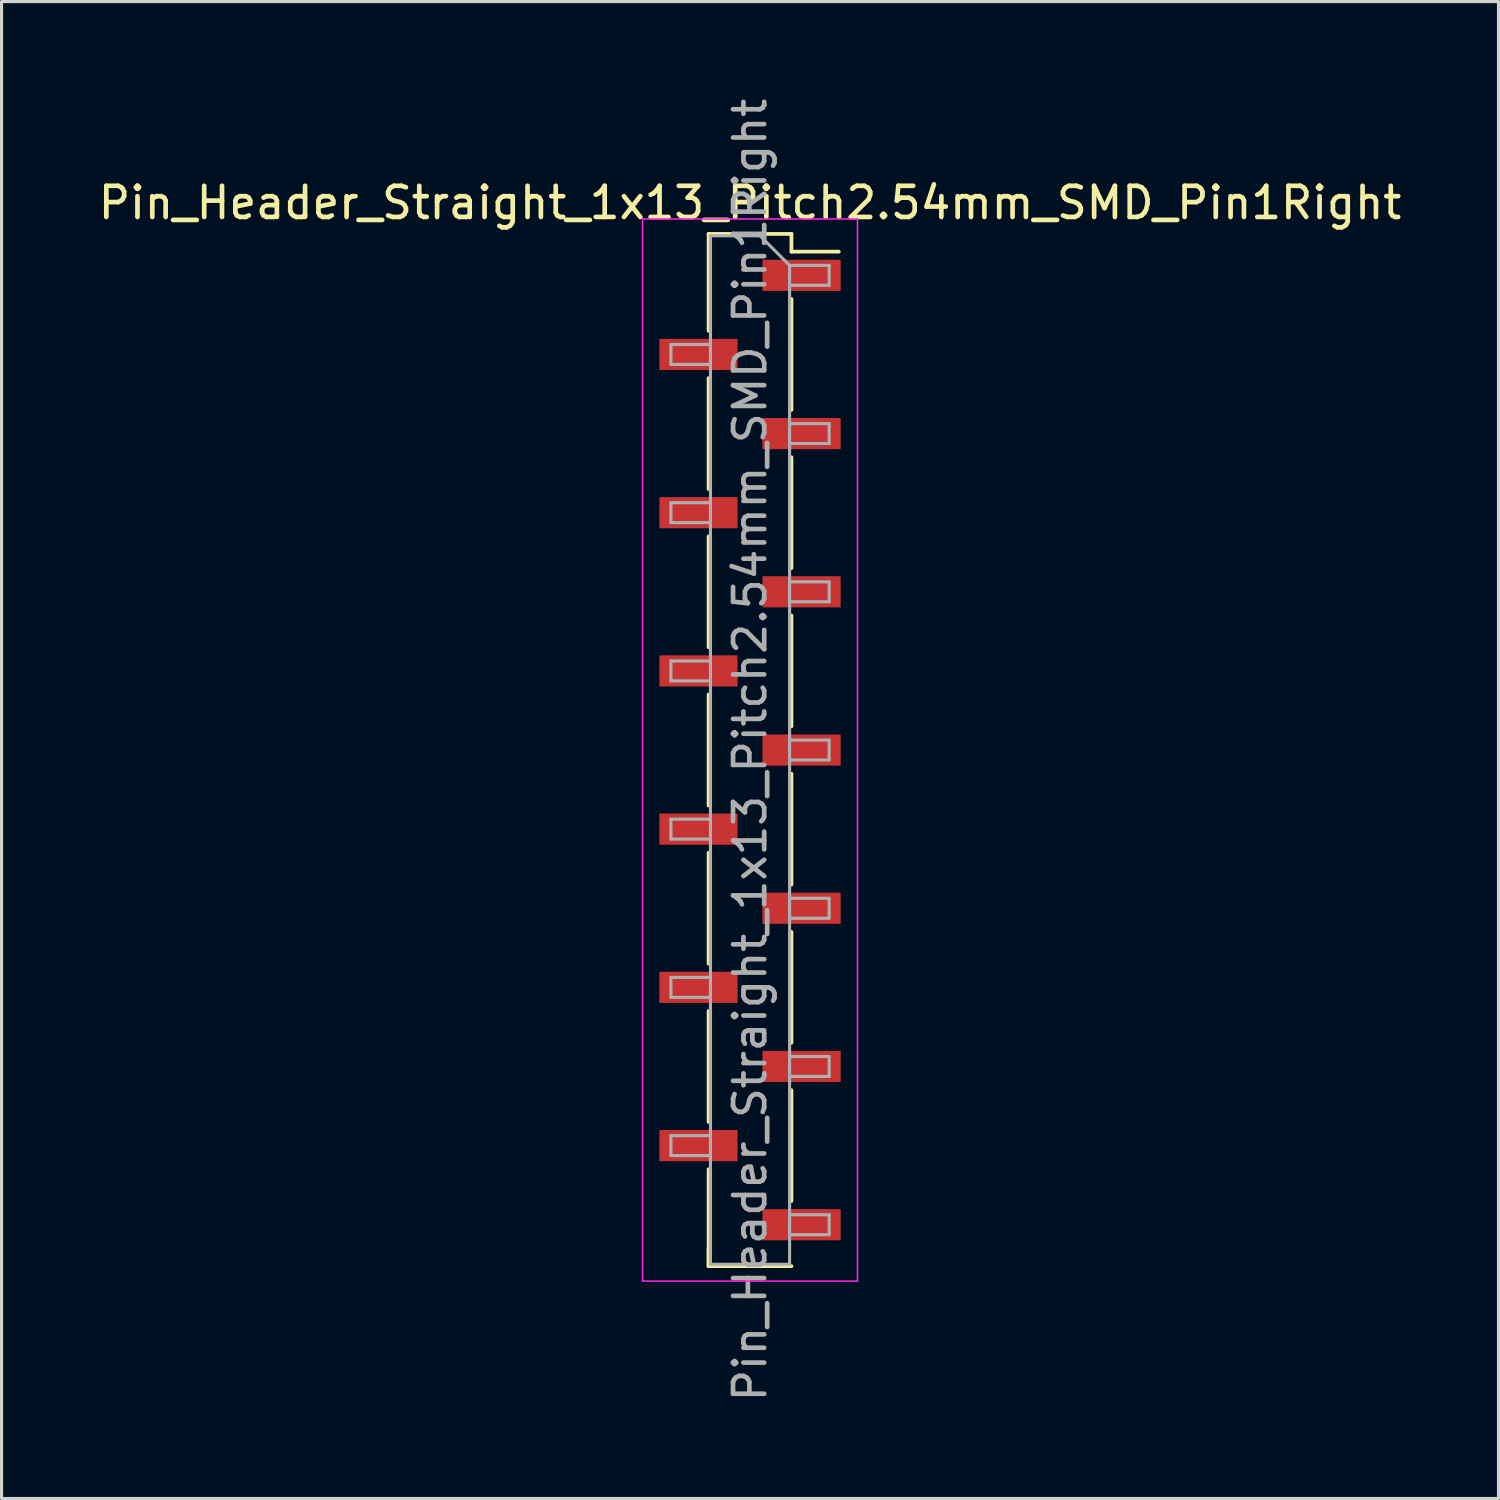
<source format=kicad_pcb>
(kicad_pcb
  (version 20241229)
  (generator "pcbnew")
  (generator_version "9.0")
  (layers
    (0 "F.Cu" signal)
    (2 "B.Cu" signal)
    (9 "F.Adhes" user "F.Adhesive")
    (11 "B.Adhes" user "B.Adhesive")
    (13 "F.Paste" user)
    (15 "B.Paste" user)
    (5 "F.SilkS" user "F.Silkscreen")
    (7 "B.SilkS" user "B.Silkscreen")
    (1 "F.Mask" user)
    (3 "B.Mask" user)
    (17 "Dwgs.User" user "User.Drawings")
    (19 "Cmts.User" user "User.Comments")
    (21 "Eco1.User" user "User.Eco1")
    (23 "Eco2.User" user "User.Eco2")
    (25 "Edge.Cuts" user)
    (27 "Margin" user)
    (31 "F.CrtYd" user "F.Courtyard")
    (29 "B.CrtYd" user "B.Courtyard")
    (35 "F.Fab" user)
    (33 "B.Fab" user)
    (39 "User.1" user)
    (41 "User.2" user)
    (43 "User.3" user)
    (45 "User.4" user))
  (footprint "Pin_Header_Straight_1x13_Pitch2.54mm_SMD_Pin1Right"
    (layer "F.Cu")
    (at 21.03 21.03)
    (property "Reference" "Pin_Header_Straight_1x13_Pitch2.54mm_SMD_Pin1Right" (at 0 -17.57 0) (layer "F.SilkS") (effects (font (size 1 1) (thickness 0.15))))
    (attr smd)
    (fp_line (start -1.33 -16.57) (end -1.33 -13.46) (stroke (width 0.12) (type solid)) (layer "F.SilkS"))
    (fp_line (start -1.33 -16.57) (end 1.33 -16.57) (stroke (width 0.12) (type solid)) (layer "F.SilkS"))
    (fp_line (start -1.33 -11.94) (end -1.33 -8.38) (stroke (width 0.12) (type solid)) (layer "F.SilkS"))
    (fp_line (start -1.33 -6.86) (end -1.33 -3.3) (stroke (width 0.12) (type solid)) (layer "F.SilkS"))
    (fp_line (start -1.33 -1.78) (end -1.33 1.78) (stroke (width 0.12) (type solid)) (layer "F.SilkS"))
    (fp_line (start -1.33 3.3) (end -1.33 6.86) (stroke (width 0.12) (type solid)) (layer "F.SilkS"))
    (fp_line (start -1.33 8.38) (end -1.33 11.94) (stroke (width 0.12) (type solid)) (layer "F.SilkS"))
    (fp_line (start -1.33 13.46) (end -1.33 16.57) (stroke (width 0.12) (type solid)) (layer "F.SilkS"))
    (fp_line (start -1.33 16) (end -1.33 16.57) (stroke (width 0.12) (type solid)) (layer "F.SilkS"))
    (fp_line (start -1.33 16.57) (end 1.33 16.57) (stroke (width 0.12) (type solid)) (layer "F.SilkS"))
    (fp_line (start 1.33 -16.57) (end 1.33 -16) (stroke (width 0.12) (type solid)) (layer "F.SilkS"))
    (fp_line (start 1.33 -16) (end 2.85 -16) (stroke (width 0.12) (type solid)) (layer "F.SilkS"))
    (fp_line (start 1.33 -14.48) (end 1.33 -10.92) (stroke (width 0.12) (type solid)) (layer "F.SilkS"))
    (fp_line (start 1.33 -9.4) (end 1.33 -5.84) (stroke (width 0.12) (type solid)) (layer "F.SilkS"))
    (fp_line (start 1.33 -4.32) (end 1.33 -0.76) (stroke (width 0.12) (type solid)) (layer "F.SilkS"))
    (fp_line (start 1.33 0.76) (end 1.33 4.32) (stroke (width 0.12) (type solid)) (layer "F.SilkS"))
    (fp_line (start 1.33 5.84) (end 1.33 9.4) (stroke (width 0.12) (type solid)) (layer "F.SilkS"))
    (fp_line (start 1.33 10.92) (end 1.33 14.48) (stroke (width 0.12) (type solid)) (layer "F.SilkS"))
    (fp_line (start -3.45 -17.05) (end -3.45 17.05) (stroke (width 0.05) (type solid)) (layer "F.CrtYd"))
    (fp_line (start -3.45 17.05) (end 3.45 17.05) (stroke (width 0.05) (type solid)) (layer "F.CrtYd"))
    (fp_line (start 3.45 -17.05) (end -3.45 -17.05) (stroke (width 0.05) (type solid)) (layer "F.CrtYd"))
    (fp_line (start 3.45 17.05) (end 3.45 -17.05) (stroke (width 0.05) (type solid)) (layer "F.CrtYd"))
    (fp_line (start -2.54 -13.02) (end -2.54 -12.38) (stroke (width 0.1) (type solid)) (layer "F.Fab"))
    (fp_line (start -2.54 -12.38) (end -1.27 -12.38) (stroke (width 0.1) (type solid)) (layer "F.Fab"))
    (fp_line (start -2.54 -7.94) (end -2.54 -7.3) (stroke (width 0.1) (type solid)) (layer "F.Fab"))
    (fp_line (start -2.54 -7.3) (end -1.27 -7.3) (stroke (width 0.1) (type solid)) (layer "F.Fab"))
    (fp_line (start -2.54 -2.86) (end -2.54 -2.22) (stroke (width 0.1) (type solid)) (layer "F.Fab"))
    (fp_line (start -2.54 -2.22) (end -1.27 -2.22) (stroke (width 0.1) (type solid)) (layer "F.Fab"))
    (fp_line (start -2.54 2.22) (end -2.54 2.86) (stroke (width 0.1) (type solid)) (layer "F.Fab"))
    (fp_line (start -2.54 2.86) (end -1.27 2.86) (stroke (width 0.1) (type solid)) (layer "F.Fab"))
    (fp_line (start -2.54 7.3) (end -2.54 7.94) (stroke (width 0.1) (type solid)) (layer "F.Fab"))
    (fp_line (start -2.54 7.94) (end -1.27 7.94) (stroke (width 0.1) (type solid)) (layer "F.Fab"))
    (fp_line (start -2.54 12.38) (end -2.54 13.02) (stroke (width 0.1) (type solid)) (layer "F.Fab"))
    (fp_line (start -2.54 13.02) (end -1.27 13.02) (stroke (width 0.1) (type solid)) (layer "F.Fab"))
    (fp_line (start -1.27 -16.51) (end -1.27 16.51) (stroke (width 0.1) (type solid)) (layer "F.Fab"))
    (fp_line (start -1.27 -16.51) (end 0.32 -16.51) (stroke (width 0.1) (type solid)) (layer "F.Fab"))
    (fp_line (start -1.27 -13.02) (end -2.54 -13.02) (stroke (width 0.1) (type solid)) (layer "F.Fab"))
    (fp_line (start -1.27 -7.94) (end -2.54 -7.94) (stroke (width 0.1) (type solid)) (layer "F.Fab"))
    (fp_line (start -1.27 -2.86) (end -2.54 -2.86) (stroke (width 0.1) (type solid)) (layer "F.Fab"))
    (fp_line (start -1.27 2.22) (end -2.54 2.22) (stroke (width 0.1) (type solid)) (layer "F.Fab"))
    (fp_line (start -1.27 7.3) (end -2.54 7.3) (stroke (width 0.1) (type solid)) (layer "F.Fab"))
    (fp_line (start -1.27 12.38) (end -2.54 12.38) (stroke (width 0.1) (type solid)) (layer "F.Fab"))
    (fp_line (start 1.27 -15.56) (end 0.32 -16.51) (stroke (width 0.1) (type solid)) (layer "F.Fab"))
    (fp_line (start 1.27 -15.56) (end 2.54 -15.56) (stroke (width 0.1) (type solid)) (layer "F.Fab"))
    (fp_line (start 1.27 -10.48) (end 2.54 -10.48) (stroke (width 0.1) (type solid)) (layer "F.Fab"))
    (fp_line (start 1.27 -5.4) (end 2.54 -5.4) (stroke (width 0.1) (type solid)) (layer "F.Fab"))
    (fp_line (start 1.27 -0.32) (end 2.54 -0.32) (stroke (width 0.1) (type solid)) (layer "F.Fab"))
    (fp_line (start 1.27 4.76) (end 2.54 4.76) (stroke (width 0.1) (type solid)) (layer "F.Fab"))
    (fp_line (start 1.27 9.84) (end 2.54 9.84) (stroke (width 0.1) (type solid)) (layer "F.Fab"))
    (fp_line (start 1.27 14.92) (end 2.54 14.92) (stroke (width 0.1) (type solid)) (layer "F.Fab"))
    (fp_line (start 1.27 16.51) (end -1.27 16.51) (stroke (width 0.1) (type solid)) (layer "F.Fab"))
    (fp_line (start 1.27 16.51) (end 1.27 -15.56) (stroke (width 0.1) (type solid)) (layer "F.Fab"))
    (fp_line (start 2.54 -15.56) (end 2.54 -14.92) (stroke (width 0.1) (type solid)) (layer "F.Fab"))
    (fp_line (start 2.54 -14.92) (end 1.27 -14.92) (stroke (width 0.1) (type solid)) (layer "F.Fab"))
    (fp_line (start 2.54 -10.48) (end 2.54 -9.84) (stroke (width 0.1) (type solid)) (layer "F.Fab"))
    (fp_line (start 2.54 -9.84) (end 1.27 -9.84) (stroke (width 0.1) (type solid)) (layer "F.Fab"))
    (fp_line (start 2.54 -5.4) (end 2.54 -4.76) (stroke (width 0.1) (type solid)) (layer "F.Fab"))
    (fp_line (start 2.54 -4.76) (end 1.27 -4.76) (stroke (width 0.1) (type solid)) (layer "F.Fab"))
    (fp_line (start 2.54 -0.32) (end 2.54 0.32) (stroke (width 0.1) (type solid)) (layer "F.Fab"))
    (fp_line (start 2.54 0.32) (end 1.27 0.32) (stroke (width 0.1) (type solid)) (layer "F.Fab"))
    (fp_line (start 2.54 4.76) (end 2.54 5.4) (stroke (width 0.1) (type solid)) (layer "F.Fab"))
    (fp_line (start 2.54 5.4) (end 1.27 5.4) (stroke (width 0.1) (type solid)) (layer "F.Fab"))
    (fp_line (start 2.54 9.84) (end 2.54 10.48) (stroke (width 0.1) (type solid)) (layer "F.Fab"))
    (fp_line (start 2.54 10.48) (end 1.27 10.48) (stroke (width 0.1) (type solid)) (layer "F.Fab"))
    (fp_line (start 2.54 14.92) (end 2.54 15.56) (stroke (width 0.1) (type solid)) (layer "F.Fab"))
    (fp_line (start 2.54 15.56) (end 1.27 15.56) (stroke (width 0.1) (type solid)) (layer "F.Fab"))
    (fp_text user "${REFERENCE}" (at 0 0 90) (layer "F.Fab") (effects (font (size 1 1) (thickness 0.15))))
    (pad "1" smd rect (at 1.655 -15.24) (size 2.51 1) (layers "F.Cu" "F.Mask" "F.Paste"))
    (pad "2" smd rect (at -1.655 -12.7) (size 2.51 1) (layers "F.Cu" "F.Mask" "F.Paste"))
    (pad "3" smd rect (at 1.655 -10.16) (size 2.51 1) (layers "F.Cu" "F.Mask" "F.Paste"))
    (pad "4" smd rect (at -1.655 -7.62) (size 2.51 1) (layers "F.Cu" "F.Mask" "F.Paste"))
    (pad "5" smd rect (at 1.655 -5.08) (size 2.51 1) (layers "F.Cu" "F.Mask" "F.Paste"))
    (pad "6" smd rect (at -1.655 -2.54) (size 2.51 1) (layers "F.Cu" "F.Mask" "F.Paste"))
    (pad "7" smd rect (at 1.655 0) (size 2.51 1) (layers "F.Cu" "F.Mask" "F.Paste"))
    (pad "8" smd rect (at -1.655 2.54) (size 2.51 1) (layers "F.Cu" "F.Mask" "F.Paste"))
    (pad "9" smd rect (at 1.655 5.08) (size 2.51 1) (layers "F.Cu" "F.Mask" "F.Paste"))
    (pad "10" smd rect (at -1.655 7.62) (size 2.51 1) (layers "F.Cu" "F.Mask" "F.Paste"))
    (pad "11" smd rect (at 1.655 10.16) (size 2.51 1) (layers "F.Cu" "F.Mask" "F.Paste"))
    (pad "12" smd rect (at -1.655 12.7) (size 2.51 1) (layers "F.Cu" "F.Mask" "F.Paste"))
    (pad "13" smd rect (at 1.655 15.24) (size 2.51 1) (layers "F.Cu" "F.Mask" "F.Paste")))
  (gr_rect
    (start -3 -3)
    (end 45.06 45.06)
    (stroke (width 0.1) (type default))
    (fill no)
    (layer "Edge.Cuts")))
</source>
